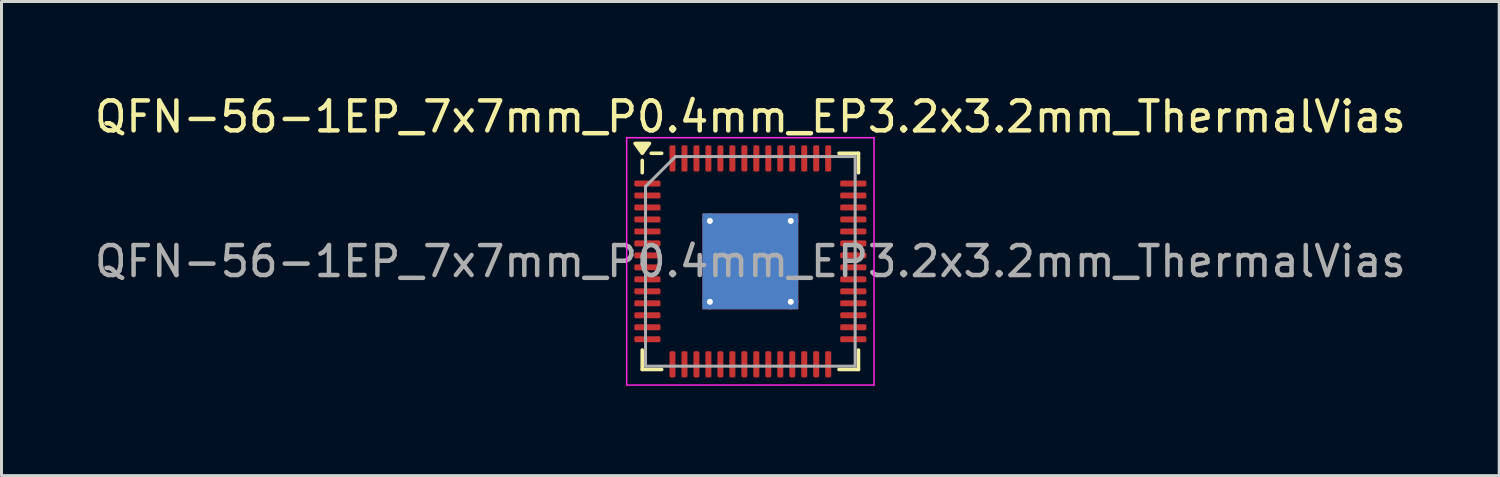
<source format=kicad_pcb>
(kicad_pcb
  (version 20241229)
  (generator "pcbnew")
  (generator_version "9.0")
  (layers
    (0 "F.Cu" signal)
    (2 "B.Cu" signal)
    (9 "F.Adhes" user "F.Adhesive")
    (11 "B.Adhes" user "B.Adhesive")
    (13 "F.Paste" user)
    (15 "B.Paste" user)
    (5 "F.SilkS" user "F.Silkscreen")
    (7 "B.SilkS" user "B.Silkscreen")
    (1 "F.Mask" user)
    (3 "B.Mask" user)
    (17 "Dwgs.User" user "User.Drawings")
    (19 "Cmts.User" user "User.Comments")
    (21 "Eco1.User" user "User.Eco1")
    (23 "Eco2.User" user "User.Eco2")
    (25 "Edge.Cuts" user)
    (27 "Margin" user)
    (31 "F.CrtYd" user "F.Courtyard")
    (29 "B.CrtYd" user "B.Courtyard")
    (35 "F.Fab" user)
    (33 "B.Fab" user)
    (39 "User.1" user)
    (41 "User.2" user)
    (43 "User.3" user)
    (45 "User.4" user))
  (footprint "QFN-56-1EP_7x7mm_P0.4mm_EP3.2x3.2mm_ThermalVias"
    (layer "F.Cu")
    (at 22.006 5.678)
    (property "Reference" "QFN-56-1EP_7x7mm_P0.4mm_EP3.2x3.2mm_ThermalVias" (at 0 -4.83 0) (layer "F.SilkS") (effects (font (size 1 1) (thickness 0.15))))
    (attr smd)
    (fp_line (start -3.61 -2.96) (end -3.61 -3.37) (stroke (width 0.12) (type solid)) (layer "F.SilkS"))
    (fp_line (start -3.61 3.61) (end -3.61 2.96) (stroke (width 0.12) (type solid)) (layer "F.SilkS"))
    (fp_line (start -2.96 -3.61) (end -3.31 -3.61) (stroke (width 0.12) (type solid)) (layer "F.SilkS"))
    (fp_line (start -2.96 3.61) (end -3.61 3.61) (stroke (width 0.12) (type solid)) (layer "F.SilkS"))
    (fp_line (start 2.96 -3.61) (end 3.61 -3.61) (stroke (width 0.12) (type solid)) (layer "F.SilkS"))
    (fp_line (start 2.96 3.61) (end 3.61 3.61) (stroke (width 0.12) (type solid)) (layer "F.SilkS"))
    (fp_line (start 3.61 -3.61) (end 3.61 -2.96) (stroke (width 0.12) (type solid)) (layer "F.SilkS"))
    (fp_line (start 3.61 3.61) (end 3.61 2.96) (stroke (width 0.12) (type solid)) (layer "F.SilkS"))
    (fp_poly (pts (xy -3.61 -3.61) (xy -3.85 -3.94) (xy -3.37 -3.94) (xy -3.61 -3.61)) (stroke (width 0.12) (type solid)) (fill yes) (layer "F.SilkS"))
    (fp_line (start -4.13 -4.13) (end -4.13 4.13) (stroke (width 0.05) (type solid)) (layer "F.CrtYd"))
    (fp_line (start -4.13 4.13) (end 4.13 4.13) (stroke (width 0.05) (type solid)) (layer "F.CrtYd"))
    (fp_line (start 4.13 -4.13) (end -4.13 -4.13) (stroke (width 0.05) (type solid)) (layer "F.CrtYd"))
    (fp_line (start 4.13 4.13) (end 4.13 -4.13) (stroke (width 0.05) (type solid)) (layer "F.CrtYd"))
    (fp_line (start -3.5 -2.5) (end -2.5 -3.5) (stroke (width 0.1) (type solid)) (layer "F.Fab"))
    (fp_line (start -3.5 3.5) (end -3.5 -2.5) (stroke (width 0.1) (type solid)) (layer "F.Fab"))
    (fp_line (start -2.5 -3.5) (end 3.5 -3.5) (stroke (width 0.1) (type solid)) (layer "F.Fab"))
    (fp_line (start 3.5 -3.5) (end 3.5 3.5) (stroke (width 0.1) (type solid)) (layer "F.Fab"))
    (fp_line (start 3.5 3.5) (end -3.5 3.5) (stroke (width 0.1) (type solid)) (layer "F.Fab"))
    (fp_text user "${REFERENCE}" (at 0 0 0) (layer "F.Fab") (effects (font (size 1 1) (thickness 0.15))))
    (pad "" smd custom (at -0.675 -0.675) (size 1.118 1.118) (layers "F.Paste") (options (anchor circle)) (primitives (gr_poly (pts (xy -0.498 -0.397) (xy -0.397 -0.498) (xy 0.498 -0.498) (xy 0.498 0.498) (xy -0.498 0.498)) (width 0.244) (fill yes))))
    (pad "" smd custom (at -0.675 0.675) (size 1.118 1.118) (layers "F.Paste") (options (anchor circle)) (primitives (gr_poly (pts (xy -0.498 -0.498) (xy 0.498 -0.498) (xy 0.498 0.498) (xy -0.397 0.498) (xy -0.498 0.397)) (width 0.244) (fill yes))))
    (pad "" smd custom (at 0.675 -0.675) (size 1.118 1.118) (layers "F.Paste") (options (anchor circle)) (primitives (gr_poly (pts (xy -0.498 -0.498) (xy 0.397 -0.498) (xy 0.498 -0.397) (xy 0.498 0.498) (xy -0.498 0.498)) (width 0.244) (fill yes))))
    (pad "" smd custom (at 0.675 0.675) (size 1.118 1.118) (layers "F.Paste") (options (anchor circle)) (primitives (gr_poly (pts (xy -0.498 -0.498) (xy 0.498 -0.498) (xy 0.498 0.397) (xy 0.397 0.498) (xy -0.498 0.498)) (width 0.244) (fill yes))))
    (pad "1" smd roundrect (at -3.438 -2.6) (size 0.875 0.2) (layers "F.Cu" "F.Mask" "F.Paste") (roundrect_rratio 0.25))
    (pad "2" smd roundrect (at -3.438 -2.2) (size 0.875 0.2) (layers "F.Cu" "F.Mask" "F.Paste") (roundrect_rratio 0.25))
    (pad "3" smd roundrect (at -3.438 -1.8) (size 0.875 0.2) (layers "F.Cu" "F.Mask" "F.Paste") (roundrect_rratio 0.25))
    (pad "4" smd roundrect (at -3.438 -1.4) (size 0.875 0.2) (layers "F.Cu" "F.Mask" "F.Paste") (roundrect_rratio 0.25))
    (pad "5" smd roundrect (at -3.438 -1) (size 0.875 0.2) (layers "F.Cu" "F.Mask" "F.Paste") (roundrect_rratio 0.25))
    (pad "6" smd roundrect (at -3.438 -0.6) (size 0.875 0.2) (layers "F.Cu" "F.Mask" "F.Paste") (roundrect_rratio 0.25))
    (pad "7" smd roundrect (at -3.438 -0.2) (size 0.875 0.2) (layers "F.Cu" "F.Mask" "F.Paste") (roundrect_rratio 0.25))
    (pad "8" smd roundrect (at -3.438 0.2) (size 0.875 0.2) (layers "F.Cu" "F.Mask" "F.Paste") (roundrect_rratio 0.25))
    (pad "9" smd roundrect (at -3.438 0.6) (size 0.875 0.2) (layers "F.Cu" "F.Mask" "F.Paste") (roundrect_rratio 0.25))
    (pad "10" smd roundrect (at -3.438 1) (size 0.875 0.2) (layers "F.Cu" "F.Mask" "F.Paste") (roundrect_rratio 0.25))
    (pad "11" smd roundrect (at -3.438 1.4) (size 0.875 0.2) (layers "F.Cu" "F.Mask" "F.Paste") (roundrect_rratio 0.25))
    (pad "12" smd roundrect (at -3.438 1.8) (size 0.875 0.2) (layers "F.Cu" "F.Mask" "F.Paste") (roundrect_rratio 0.25))
    (pad "13" smd roundrect (at -3.438 2.2) (size 0.875 0.2) (layers "F.Cu" "F.Mask" "F.Paste") (roundrect_rratio 0.25))
    (pad "14" smd roundrect (at -3.438 2.6) (size 0.875 0.2) (layers "F.Cu" "F.Mask" "F.Paste") (roundrect_rratio 0.25))
    (pad "15" smd roundrect (at -2.6 3.438) (size 0.2 0.875) (layers "F.Cu" "F.Mask" "F.Paste") (roundrect_rratio 0.25))
    (pad "16" smd roundrect (at -2.2 3.438) (size 0.2 0.875) (layers "F.Cu" "F.Mask" "F.Paste") (roundrect_rratio 0.25))
    (pad "17" smd roundrect (at -1.8 3.438) (size 0.2 0.875) (layers "F.Cu" "F.Mask" "F.Paste") (roundrect_rratio 0.25))
    (pad "18" smd roundrect (at -1.4 3.438) (size 0.2 0.875) (layers "F.Cu" "F.Mask" "F.Paste") (roundrect_rratio 0.25))
    (pad "19" smd roundrect (at -1 3.438) (size 0.2 0.875) (layers "F.Cu" "F.Mask" "F.Paste") (roundrect_rratio 0.25))
    (pad "20" smd roundrect (at -0.6 3.438) (size 0.2 0.875) (layers "F.Cu" "F.Mask" "F.Paste") (roundrect_rratio 0.25))
    (pad "21" smd roundrect (at -0.2 3.438) (size 0.2 0.875) (layers "F.Cu" "F.Mask" "F.Paste") (roundrect_rratio 0.25))
    (pad "22" smd roundrect (at 0.2 3.438) (size 0.2 0.875) (layers "F.Cu" "F.Mask" "F.Paste") (roundrect_rratio 0.25))
    (pad "23" smd roundrect (at 0.6 3.438) (size 0.2 0.875) (layers "F.Cu" "F.Mask" "F.Paste") (roundrect_rratio 0.25))
    (pad "24" smd roundrect (at 1 3.438) (size 0.2 0.875) (layers "F.Cu" "F.Mask" "F.Paste") (roundrect_rratio 0.25))
    (pad "25" smd roundrect (at 1.4 3.438) (size 0.2 0.875) (layers "F.Cu" "F.Mask" "F.Paste") (roundrect_rratio 0.25))
    (pad "26" smd roundrect (at 1.8 3.438) (size 0.2 0.875) (layers "F.Cu" "F.Mask" "F.Paste") (roundrect_rratio 0.25))
    (pad "27" smd roundrect (at 2.2 3.438) (size 0.2 0.875) (layers "F.Cu" "F.Mask" "F.Paste") (roundrect_rratio 0.25))
    (pad "28" smd roundrect (at 2.6 3.438) (size 0.2 0.875) (layers "F.Cu" "F.Mask" "F.Paste") (roundrect_rratio 0.25))
    (pad "29" smd roundrect (at 3.438 2.6) (size 0.875 0.2) (layers "F.Cu" "F.Mask" "F.Paste") (roundrect_rratio 0.25))
    (pad "30" smd roundrect (at 3.438 2.2) (size 0.875 0.2) (layers "F.Cu" "F.Mask" "F.Paste") (roundrect_rratio 0.25))
    (pad "31" smd roundrect (at 3.438 1.8) (size 0.875 0.2) (layers "F.Cu" "F.Mask" "F.Paste") (roundrect_rratio 0.25))
    (pad "32" smd roundrect (at 3.438 1.4) (size 0.875 0.2) (layers "F.Cu" "F.Mask" "F.Paste") (roundrect_rratio 0.25))
    (pad "33" smd roundrect (at 3.438 1) (size 0.875 0.2) (layers "F.Cu" "F.Mask" "F.Paste") (roundrect_rratio 0.25))
    (pad "34" smd roundrect (at 3.438 0.6) (size 0.875 0.2) (layers "F.Cu" "F.Mask" "F.Paste") (roundrect_rratio 0.25))
    (pad "35" smd roundrect (at 3.438 0.2) (size 0.875 0.2) (layers "F.Cu" "F.Mask" "F.Paste") (roundrect_rratio 0.25))
    (pad "36" smd roundrect (at 3.438 -0.2) (size 0.875 0.2) (layers "F.Cu" "F.Mask" "F.Paste") (roundrect_rratio 0.25))
    (pad "37" smd roundrect (at 3.438 -0.6) (size 0.875 0.2) (layers "F.Cu" "F.Mask" "F.Paste") (roundrect_rratio 0.25))
    (pad "38" smd roundrect (at 3.438 -1) (size 0.875 0.2) (layers "F.Cu" "F.Mask" "F.Paste") (roundrect_rratio 0.25))
    (pad "39" smd roundrect (at 3.438 -1.4) (size 0.875 0.2) (layers "F.Cu" "F.Mask" "F.Paste") (roundrect_rratio 0.25))
    (pad "40" smd roundrect (at 3.438 -1.8) (size 0.875 0.2) (layers "F.Cu" "F.Mask" "F.Paste") (roundrect_rratio 0.25))
    (pad "41" smd roundrect (at 3.438 -2.2) (size 0.875 0.2) (layers "F.Cu" "F.Mask" "F.Paste") (roundrect_rratio 0.25))
    (pad "42" smd roundrect (at 3.438 -2.6) (size 0.875 0.2) (layers "F.Cu" "F.Mask" "F.Paste") (roundrect_rratio 0.25))
    (pad "43" smd roundrect (at 2.6 -3.438) (size 0.2 0.875) (layers "F.Cu" "F.Mask" "F.Paste") (roundrect_rratio 0.25))
    (pad "44" smd roundrect (at 2.2 -3.438) (size 0.2 0.875) (layers "F.Cu" "F.Mask" "F.Paste") (roundrect_rratio 0.25))
    (pad "45" smd roundrect (at 1.8 -3.438) (size 0.2 0.875) (layers "F.Cu" "F.Mask" "F.Paste") (roundrect_rratio 0.25))
    (pad "46" smd roundrect (at 1.4 -3.438) (size 0.2 0.875) (layers "F.Cu" "F.Mask" "F.Paste") (roundrect_rratio 0.25))
    (pad "47" smd roundrect (at 1 -3.438) (size 0.2 0.875) (layers "F.Cu" "F.Mask" "F.Paste") (roundrect_rratio 0.25))
    (pad "48" smd roundrect (at 0.6 -3.438) (size 0.2 0.875) (layers "F.Cu" "F.Mask" "F.Paste") (roundrect_rratio 0.25))
    (pad "49" smd roundrect (at 0.2 -3.438) (size 0.2 0.875) (layers "F.Cu" "F.Mask" "F.Paste") (roundrect_rratio 0.25))
    (pad "50" smd roundrect (at -0.2 -3.438) (size 0.2 0.875) (layers "F.Cu" "F.Mask" "F.Paste") (roundrect_rratio 0.25))
    (pad "51" smd roundrect (at -0.6 -3.438) (size 0.2 0.875) (layers "F.Cu" "F.Mask" "F.Paste") (roundrect_rratio 0.25))
    (pad "52" smd roundrect (at -1 -3.438) (size 0.2 0.875) (layers "F.Cu" "F.Mask" "F.Paste") (roundrect_rratio 0.25))
    (pad "53" smd roundrect (at -1.4 -3.438) (size 0.2 0.875) (layers "F.Cu" "F.Mask" "F.Paste") (roundrect_rratio 0.25))
    (pad "54" smd roundrect (at -1.8 -3.438) (size 0.2 0.875) (layers "F.Cu" "F.Mask" "F.Paste") (roundrect_rratio 0.25))
    (pad "55" smd roundrect (at -2.2 -3.438) (size 0.2 0.875) (layers "F.Cu" "F.Mask" "F.Paste") (roundrect_rratio 0.25))
    (pad "56" smd roundrect (at -2.6 -3.438) (size 0.2 0.875) (layers "F.Cu" "F.Mask" "F.Paste") (roundrect_rratio 0.25))
    (pad "57" thru_hole circle (at -1.35 -1.35) (size 0.5 0.5) (drill 0.2) (property pad_prop_heatsink) (layers "*.Cu"))
    (pad "57" thru_hole circle (at -1.35 1.35) (size 0.5 0.5) (drill 0.2) (property pad_prop_heatsink) (layers "*.Cu"))
    (pad "57" smd rect (at 0 0) (size 3.2 3.2) (property pad_prop_heatsink) (layers "F.Cu" "F.Mask"))
    (pad "57" smd rect (at 0 0) (size 3.2 3.2) (property pad_prop_heatsink) (layers "B.Cu"))
    (pad "57" thru_hole circle (at 1.35 -1.35) (size 0.5 0.5) (drill 0.2) (property pad_prop_heatsink) (layers "*.Cu"))
    (pad "57" thru_hole circle (at 1.35 1.35) (size 0.5 0.5) (drill 0.2) (property pad_prop_heatsink) (layers "*.Cu")))
  (gr_rect
    (start -3 -3)
    (end 47.012 12.833)
    (stroke (width 0.1) (type default))
    (fill no)
    (layer "Edge.Cuts")))
</source>
